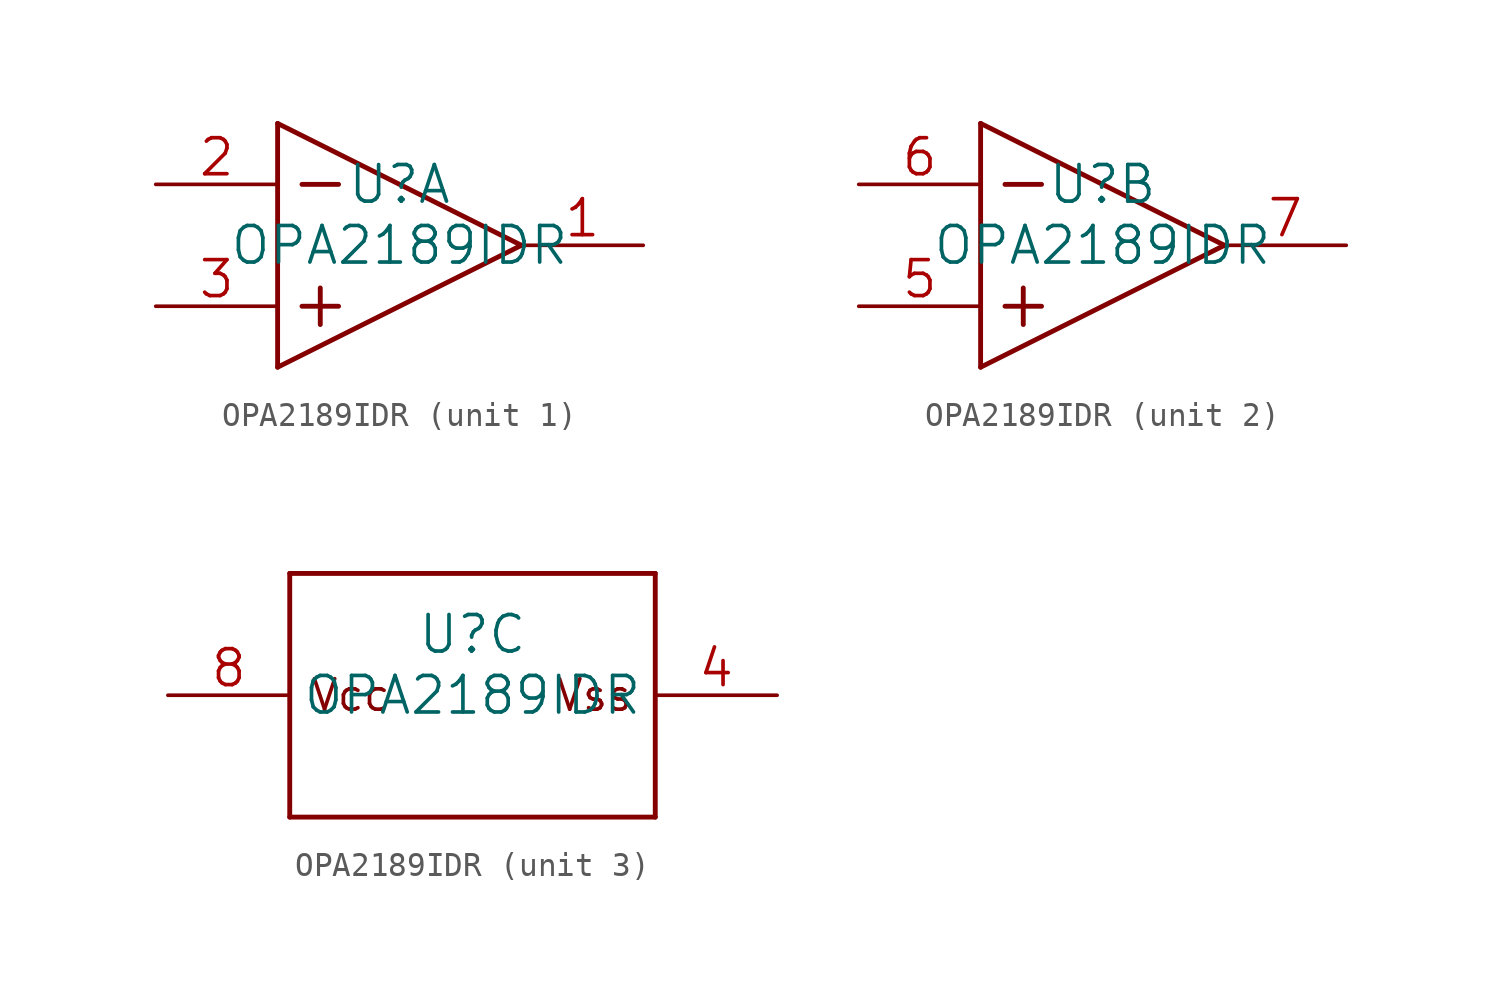
<source format=kicad_sym>
(kicad_symbol_lib
  (version 20211014)
  (generator kicad_symbol_editor)
  (symbol "OPA2189IDR"
    (pin_names
      (offset -0.254) hide)
    (property "Reference" "U"
      (at 0 2.54 0)
      (effects (font (size 1.524 1.524))))
    (property "Value" "OPA2189IDR"
      (at 0 0 0)
      (effects (font (size 1.524 1.524))))
    (property "Datasheet" ""
      (at 0 0 0)
      (effects (font (size 1.524 1.524))))
    (symbol "OPA2189IDR_1_1"
      (polyline (pts (xy -5.08 -5.08) (xy 5.08 0)) (stroke (width 0.203) (type default) (color 0 0 0 0)) (fill (type none)))
      (polyline (pts (xy -5.08 5.08) (xy -5.08 -5.08)) (stroke (width 0.203) (type default) (color 0 0 0 0)) (fill (type none)))
      (polyline (pts (xy -5.08 5.08) (xy 5.08 0)) (stroke (width 0.203) (type default) (color 0 0 0 0)) (fill (type none)))
      (polyline (pts (xy -4.064 -2.54) (xy -2.54 -2.54)) (stroke (width 0.203) (type default) (color 0 0 0 0)) (fill (type none)))
      (polyline (pts (xy -4.064 2.54) (xy -2.54 2.54)) (stroke (width 0.203) (type default) (color 0 0 0 0)) (fill (type none)))
      (polyline (pts (xy -3.302 -1.778) (xy -3.302 -3.302)) (stroke (width 0.203) (type default) (color 0 0 0 0)) (fill (type none)))
      (pin output line (at 10.16 0 180) (length 5.08) (name "OUT" (effects (font (size 1.499 1.499)))) (number "1" (effects (font (size 1.499 1.499)))))
      (pin input line (at -10.16 2.54 0) (length 5.08) (name "IN-" (effects (font (size 1.499 1.499)))) (number "2" (effects (font (size 1.499 1.499)))))
      (pin input line (at -10.16 -2.54 0) (length 5.08) (name "IN+" (effects (font (size 1.499 1.499)))) (number "3" (effects (font (size 1.499 1.499))))))
    (symbol "OPA2189IDR_2_1"
      (polyline (pts (xy -5.08 -5.08) (xy 5.08 0)) (stroke (width 0.203) (type default) (color 0 0 0 0)) (fill (type none)))
      (polyline (pts (xy -5.08 5.08) (xy -5.08 -5.08)) (stroke (width 0.203) (type default) (color 0 0 0 0)) (fill (type none)))
      (polyline (pts (xy -5.08 5.08) (xy 5.08 0)) (stroke (width 0.203) (type default) (color 0 0 0 0)) (fill (type none)))
      (polyline (pts (xy -4.064 -2.54) (xy -2.54 -2.54)) (stroke (width 0.203) (type default) (color 0 0 0 0)) (fill (type none)))
      (polyline (pts (xy -4.064 2.54) (xy -2.54 2.54)) (stroke (width 0.203) (type default) (color 0 0 0 0)) (fill (type none)))
      (polyline (pts (xy -3.302 -1.778) (xy -3.302 -3.302)) (stroke (width 0.203) (type default) (color 0 0 0 0)) (fill (type none)))
      (pin input line (at -10.16 -2.54 0) (length 5.08) (name "IN+" (effects (font (size 1.499 1.499)))) (number "5" (effects (font (size 1.499 1.499)))))
      (pin input line (at -10.16 2.54 0) (length 5.08) (name "IN-" (effects (font (size 1.499 1.499)))) (number "6" (effects (font (size 1.499 1.499)))))
      (pin output line (at 10.16 0 180) (length 5.08) (name "OUT" (effects (font (size 1.499 1.499)))) (number "7" (effects (font (size 1.499 1.499))))))
    (symbol "OPA2189IDR_3_0"
      (text "Vcc" (at -5.08 0 0) (effects (font (size 1.27 1.27))))
      (text "Vss" (at 5.08 0 0) (effects (font (size 1.27 1.27)))))
    (symbol "OPA2189IDR_3_1"
      (polyline (pts (xy -7.62 -5.08) (xy 7.62 -5.08)) (stroke (width 0.203) (type default) (color 0 0 0 0)) (fill (type none)))
      (polyline (pts (xy -7.62 5.08) (xy -7.62 -5.08)) (stroke (width 0.203) (type default) (color 0 0 0 0)) (fill (type none)))
      (polyline (pts (xy 7.62 -5.08) (xy 7.62 5.08)) (stroke (width 0.203) (type default) (color 0 0 0 0)) (fill (type none)))
      (polyline (pts (xy 7.62 5.08) (xy -7.62 5.08)) (stroke (width 0.203) (type default) (color 0 0 0 0)) (fill (type none)))
      (pin power_in line (at 12.7 0 180) (length 5.08) (name "V-" (effects (font (size 1.499 1.499)))) (number "4" (effects (font (size 1.499 1.499)))))
      (pin power_in line (at -12.7 0 0) (length 5.08) (name "V+" (effects (font (size 1.499 1.499)))) (number "8" (effects (font (size 1.499 1.499))))))))
</source>
